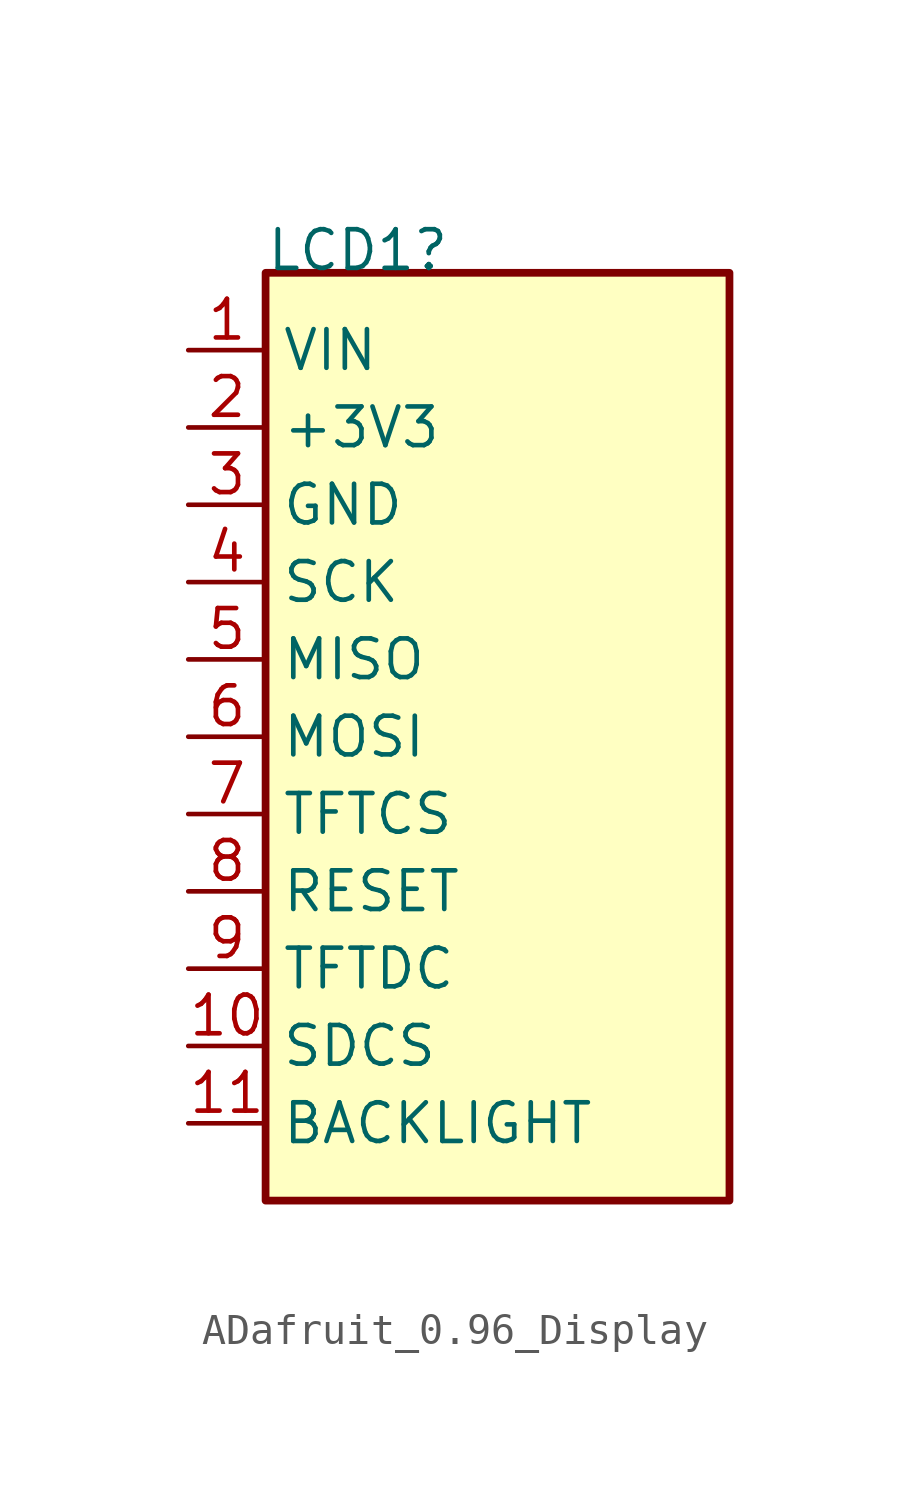
<source format=kicad_sym>
(kicad_symbol_lib
  (version 20231120)
  (generator "kicad_symbol_editor")
  (generator_version "8.0")
  (symbol "ADafruit_0.96_Display"
    (property "Reference" "LCD1"
      (at -7.62 15.24 0)
      (effects (font (size 1.27 1.27)) (justify left bottom)))
    (symbol "ADafruit_0.96_Display_1_0"
      (rectangle (start 7.62 15.24) (end -7.62 -15.24) (stroke (width 0.254) (type solid) (color 128 0 0 1)) (fill (type background)))
      (pin power_in line (at -10.16 12.7 0) (length 2.54) (name "VIN" (effects (font (size 1.27 1.27)))) (number "1" (effects (font (size 1.27 1.27)))))
      (pin passive line (at -10.16 -10.16 0) (length 2.54) (name "SDCS" (effects (font (size 1.27 1.27)))) (number "10" (effects (font (size 1.27 1.27)))))
      (pin passive line (at -10.16 -12.7 0) (length 2.54) (name "BACKLIGHT" (effects (font (size 1.27 1.27)))) (number "11" (effects (font (size 1.27 1.27)))))
      (pin power_in line (at -10.16 10.16 0) (length 2.54) (name "+3V3" (effects (font (size 1.27 1.27)))) (number "2" (effects (font (size 1.27 1.27)))))
      (pin passive line (at -10.16 7.62 0) (length 2.54) (name "GND" (effects (font (size 1.27 1.27)))) (number "3" (effects (font (size 1.27 1.27)))))
      (pin passive line (at -10.16 5.08 0) (length 2.54) (name "SCK" (effects (font (size 1.27 1.27)))) (number "4" (effects (font (size 1.27 1.27)))))
      (pin passive line (at -10.16 2.54 0) (length 2.54) (name "MISO" (effects (font (size 1.27 1.27)))) (number "5" (effects (font (size 1.27 1.27)))))
      (pin passive line (at -10.16 0 0) (length 2.54) (name "MOSI" (effects (font (size 1.27 1.27)))) (number "6" (effects (font (size 1.27 1.27)))))
      (pin passive line (at -10.16 -2.54 0) (length 2.54) (name "TFTCS" (effects (font (size 1.27 1.27)))) (number "7" (effects (font (size 1.27 1.27)))))
      (pin passive line (at -10.16 -5.08 0) (length 2.54) (name "RESET" (effects (font (size 1.27 1.27)))) (number "8" (effects (font (size 1.27 1.27)))))
      (pin passive line (at -10.16 -7.62 0) (length 2.54) (name "TFTDC" (effects (font (size 1.27 1.27)))) (number "9" (effects (font (size 1.27 1.27))))))))
</source>
